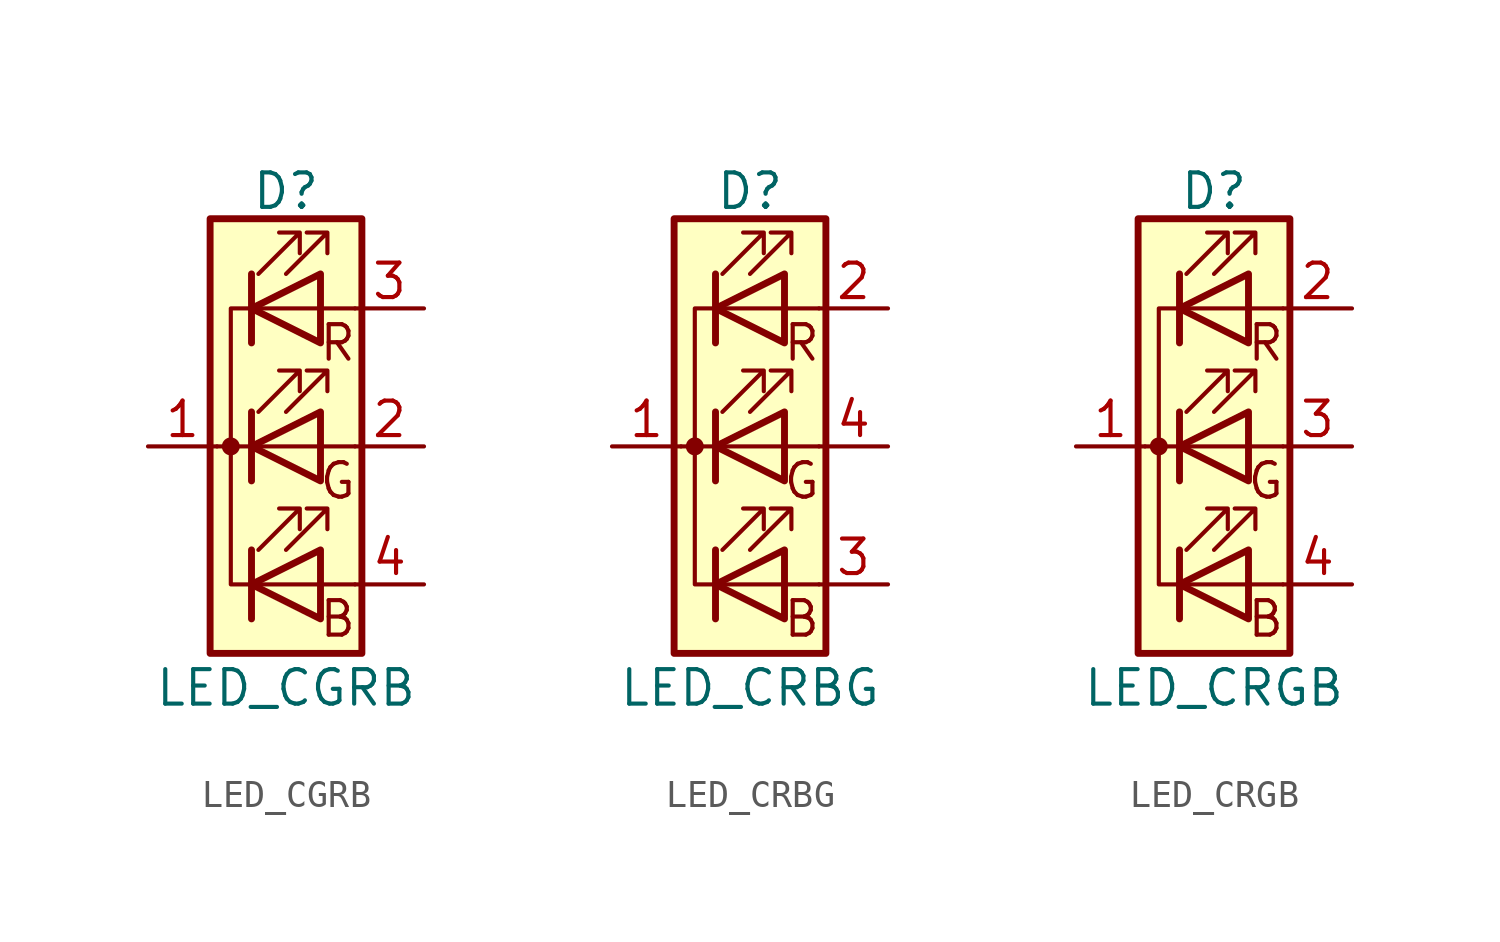
<source format=kicad_sym>
(kicad_symbol_lib
  (version 20211014)
  (generator kicad_symbol_editor)
  (symbol "LED_CGRB"
    (pin_names
      (offset 0) hide)
    (property "Reference" "D"
      (at 0 9.398 0)
      (effects (font (size 1.27 1.27))))
    (property "Value" "LED_CGRB"
      (at 0 -8.89 0)
      (effects (font (size 1.27 1.27))))
    (symbol "LED_CGRB_0_0"
      (text "B" (at 1.905 -6.35 0) (effects (font (size 1.27 1.27))))
      (text "G" (at 1.905 -1.27 0) (effects (font (size 1.27 1.27))))
      (text "R" (at 1.905 3.81 0) (effects (font (size 1.27 1.27)))))
    (symbol "LED_CGRB_0_1"
      (circle (center -2.032 0) (radius 0.254) (stroke (width 0) (type default) (color 0 0 0 0)) (fill (type outline)))
      (polyline (pts (xy -1.27 -5.08) (xy 1.27 -5.08)) (stroke (width 0) (type default) (color 0 0 0 0)) (fill (type none)))
      (polyline (pts (xy -1.27 -3.81) (xy -1.27 -6.35)) (stroke (width 0.254) (type default) (color 0 0 0 0)) (fill (type none)))
      (polyline (pts (xy -1.27 0) (xy -2.54 0)) (stroke (width 0) (type default) (color 0 0 0 0)) (fill (type none)))
      (polyline (pts (xy -1.27 1.27) (xy -1.27 -1.27)) (stroke (width 0.254) (type default) (color 0 0 0 0)) (fill (type none)))
      (polyline (pts (xy -1.27 5.08) (xy 1.27 5.08)) (stroke (width 0) (type default) (color 0 0 0 0)) (fill (type none)))
      (polyline (pts (xy -1.27 6.35) (xy -1.27 3.81)) (stroke (width 0.254) (type default) (color 0 0 0 0)) (fill (type none)))
      (polyline (pts (xy 1.27 -5.08) (xy 2.54 -5.08)) (stroke (width 0) (type default) (color 0 0 0 0)) (fill (type none)))
      (polyline (pts (xy 1.27 0) (xy -1.27 0)) (stroke (width 0) (type default) (color 0 0 0 0)) (fill (type none)))
      (polyline (pts (xy 1.27 0) (xy 2.54 0)) (stroke (width 0) (type default) (color 0 0 0 0)) (fill (type none)))
      (polyline (pts (xy 1.27 5.08) (xy 2.54 5.08)) (stroke (width 0) (type default) (color 0 0 0 0)) (fill (type none)))
      (polyline (pts (xy -1.27 1.27) (xy -1.27 -1.27) (xy -1.27 -1.27)) (stroke (width 0) (type default) (color 0 0 0 0)) (fill (type none)))
      (polyline (pts (xy -1.27 6.35) (xy -1.27 3.81) (xy -1.27 3.81)) (stroke (width 0) (type default) (color 0 0 0 0)) (fill (type none)))
      (polyline (pts (xy -1.27 5.08) (xy -2.032 5.08) (xy -2.032 -5.08) (xy -1.016 -5.08)) (stroke (width 0) (type default) (color 0 0 0 0)) (fill (type none)))
      (polyline (pts (xy 1.27 -3.81) (xy 1.27 -6.35) (xy -1.27 -5.08) (xy 1.27 -3.81)) (stroke (width 0.254) (type default) (color 0 0 0 0)) (fill (type none)))
      (polyline (pts (xy 1.27 1.27) (xy 1.27 -1.27) (xy -1.27 0) (xy 1.27 1.27)) (stroke (width 0.254) (type default) (color 0 0 0 0)) (fill (type none)))
      (polyline (pts (xy 1.27 6.35) (xy 1.27 3.81) (xy -1.27 5.08) (xy 1.27 6.35)) (stroke (width 0.254) (type default) (color 0 0 0 0)) (fill (type none)))
      (polyline (pts (xy -1.016 -3.81) (xy 0.508 -2.286) (xy -0.254 -2.286) (xy 0.508 -2.286) (xy 0.508 -3.048)) (stroke (width 0) (type default) (color 0 0 0 0)) (fill (type none)))
      (polyline (pts (xy -1.016 1.27) (xy 0.508 2.794) (xy -0.254 2.794) (xy 0.508 2.794) (xy 0.508 2.032)) (stroke (width 0) (type default) (color 0 0 0 0)) (fill (type none)))
      (polyline (pts (xy -1.016 6.35) (xy 0.508 7.874) (xy -0.254 7.874) (xy 0.508 7.874) (xy 0.508 7.112)) (stroke (width 0) (type default) (color 0 0 0 0)) (fill (type none)))
      (polyline (pts (xy 0 -3.81) (xy 1.524 -2.286) (xy 0.762 -2.286) (xy 1.524 -2.286) (xy 1.524 -3.048)) (stroke (width 0) (type default) (color 0 0 0 0)) (fill (type none)))
      (polyline (pts (xy 0 1.27) (xy 1.524 2.794) (xy 0.762 2.794) (xy 1.524 2.794) (xy 1.524 2.032)) (stroke (width 0) (type default) (color 0 0 0 0)) (fill (type none)))
      (polyline (pts (xy 0 6.35) (xy 1.524 7.874) (xy 0.762 7.874) (xy 1.524 7.874) (xy 1.524 7.112)) (stroke (width 0) (type default) (color 0 0 0 0)) (fill (type none)))
      (rectangle (start 1.27 -1.27) (end 1.27 1.27) (stroke (width 0) (type default) (color 0 0 0 0)) (fill (type none)))
      (rectangle (start 1.27 1.27) (end 1.27 1.27) (stroke (width 0) (type default) (color 0 0 0 0)) (fill (type none)))
      (rectangle (start 1.27 3.81) (end 1.27 6.35) (stroke (width 0) (type default) (color 0 0 0 0)) (fill (type none)))
      (rectangle (start 1.27 6.35) (end 1.27 6.35) (stroke (width 0) (type default) (color 0 0 0 0)) (fill (type none)))
      (rectangle (start 2.794 8.382) (end -2.794 -7.62) (stroke (width 0.254) (type default) (color 0 0 0 0)) (fill (type background))))
    (symbol "LED_CGRB_1_1"
      (pin passive line (at -5.08 0 0) (length 2.54) (name "K" (effects (font (size 1.27 1.27)))) (number "1" (effects (font (size 1.27 1.27)))))
      (pin passive line (at 5.08 0 180) (length 2.54) (name "GA" (effects (font (size 1.27 1.27)))) (number "2" (effects (font (size 1.27 1.27)))))
      (pin passive line (at 5.08 5.08 180) (length 2.54) (name "RA" (effects (font (size 1.27 1.27)))) (number "3" (effects (font (size 1.27 1.27)))))
      (pin passive line (at 5.08 -5.08 180) (length 2.54) (name "BA" (effects (font (size 1.27 1.27)))) (number "4" (effects (font (size 1.27 1.27)))))))
  (symbol "LED_CRBG"
    (pin_names
      (offset 0) hide)
    (property "Reference" "D"
      (at 0 9.398 0)
      (effects (font (size 1.27 1.27))))
    (property "Value" "LED_CRBG"
      (at 0 -8.89 0)
      (effects (font (size 1.27 1.27))))
    (symbol "LED_CRBG_0_0"
      (text "B" (at 1.905 -6.35 0) (effects (font (size 1.27 1.27))))
      (text "G" (at 1.905 -1.27 0) (effects (font (size 1.27 1.27))))
      (text "R" (at 1.905 3.81 0) (effects (font (size 1.27 1.27)))))
    (symbol "LED_CRBG_0_1"
      (circle (center -2.032 0) (radius 0.254) (stroke (width 0) (type default) (color 0 0 0 0)) (fill (type outline)))
      (polyline (pts (xy -1.27 -5.08) (xy 1.27 -5.08)) (stroke (width 0) (type default) (color 0 0 0 0)) (fill (type none)))
      (polyline (pts (xy -1.27 -3.81) (xy -1.27 -6.35)) (stroke (width 0.254) (type default) (color 0 0 0 0)) (fill (type none)))
      (polyline (pts (xy -1.27 0) (xy -2.54 0)) (stroke (width 0) (type default) (color 0 0 0 0)) (fill (type none)))
      (polyline (pts (xy -1.27 1.27) (xy -1.27 -1.27)) (stroke (width 0.254) (type default) (color 0 0 0 0)) (fill (type none)))
      (polyline (pts (xy -1.27 5.08) (xy 1.27 5.08)) (stroke (width 0) (type default) (color 0 0 0 0)) (fill (type none)))
      (polyline (pts (xy -1.27 6.35) (xy -1.27 3.81)) (stroke (width 0.254) (type default) (color 0 0 0 0)) (fill (type none)))
      (polyline (pts (xy 1.27 -5.08) (xy 2.54 -5.08)) (stroke (width 0) (type default) (color 0 0 0 0)) (fill (type none)))
      (polyline (pts (xy 1.27 0) (xy -1.27 0)) (stroke (width 0) (type default) (color 0 0 0 0)) (fill (type none)))
      (polyline (pts (xy 1.27 0) (xy 2.54 0)) (stroke (width 0) (type default) (color 0 0 0 0)) (fill (type none)))
      (polyline (pts (xy 1.27 5.08) (xy 2.54 5.08)) (stroke (width 0) (type default) (color 0 0 0 0)) (fill (type none)))
      (polyline (pts (xy -1.27 1.27) (xy -1.27 -1.27) (xy -1.27 -1.27)) (stroke (width 0) (type default) (color 0 0 0 0)) (fill (type none)))
      (polyline (pts (xy -1.27 6.35) (xy -1.27 3.81) (xy -1.27 3.81)) (stroke (width 0) (type default) (color 0 0 0 0)) (fill (type none)))
      (polyline (pts (xy -1.27 5.08) (xy -2.032 5.08) (xy -2.032 -5.08) (xy -1.016 -5.08)) (stroke (width 0) (type default) (color 0 0 0 0)) (fill (type none)))
      (polyline (pts (xy 1.27 -3.81) (xy 1.27 -6.35) (xy -1.27 -5.08) (xy 1.27 -3.81)) (stroke (width 0.254) (type default) (color 0 0 0 0)) (fill (type none)))
      (polyline (pts (xy 1.27 1.27) (xy 1.27 -1.27) (xy -1.27 0) (xy 1.27 1.27)) (stroke (width 0.254) (type default) (color 0 0 0 0)) (fill (type none)))
      (polyline (pts (xy 1.27 6.35) (xy 1.27 3.81) (xy -1.27 5.08) (xy 1.27 6.35)) (stroke (width 0.254) (type default) (color 0 0 0 0)) (fill (type none)))
      (polyline (pts (xy -1.016 -3.81) (xy 0.508 -2.286) (xy -0.254 -2.286) (xy 0.508 -2.286) (xy 0.508 -3.048)) (stroke (width 0) (type default) (color 0 0 0 0)) (fill (type none)))
      (polyline (pts (xy -1.016 1.27) (xy 0.508 2.794) (xy -0.254 2.794) (xy 0.508 2.794) (xy 0.508 2.032)) (stroke (width 0) (type default) (color 0 0 0 0)) (fill (type none)))
      (polyline (pts (xy -1.016 6.35) (xy 0.508 7.874) (xy -0.254 7.874) (xy 0.508 7.874) (xy 0.508 7.112)) (stroke (width 0) (type default) (color 0 0 0 0)) (fill (type none)))
      (polyline (pts (xy 0 -3.81) (xy 1.524 -2.286) (xy 0.762 -2.286) (xy 1.524 -2.286) (xy 1.524 -3.048)) (stroke (width 0) (type default) (color 0 0 0 0)) (fill (type none)))
      (polyline (pts (xy 0 1.27) (xy 1.524 2.794) (xy 0.762 2.794) (xy 1.524 2.794) (xy 1.524 2.032)) (stroke (width 0) (type default) (color 0 0 0 0)) (fill (type none)))
      (polyline (pts (xy 0 6.35) (xy 1.524 7.874) (xy 0.762 7.874) (xy 1.524 7.874) (xy 1.524 7.112)) (stroke (width 0) (type default) (color 0 0 0 0)) (fill (type none)))
      (rectangle (start 1.27 -1.27) (end 1.27 1.27) (stroke (width 0) (type default) (color 0 0 0 0)) (fill (type none)))
      (rectangle (start 1.27 1.27) (end 1.27 1.27) (stroke (width 0) (type default) (color 0 0 0 0)) (fill (type none)))
      (rectangle (start 1.27 3.81) (end 1.27 6.35) (stroke (width 0) (type default) (color 0 0 0 0)) (fill (type none)))
      (rectangle (start 1.27 6.35) (end 1.27 6.35) (stroke (width 0) (type default) (color 0 0 0 0)) (fill (type none)))
      (rectangle (start 2.794 8.382) (end -2.794 -7.62) (stroke (width 0.254) (type default) (color 0 0 0 0)) (fill (type background))))
    (symbol "LED_CRBG_1_1"
      (pin passive line (at -5.08 0 0) (length 2.54) (name "K" (effects (font (size 1.27 1.27)))) (number "1" (effects (font (size 1.27 1.27)))))
      (pin passive line (at 5.08 5.08 180) (length 2.54) (name "RA" (effects (font (size 1.27 1.27)))) (number "2" (effects (font (size 1.27 1.27)))))
      (pin passive line (at 5.08 -5.08 180) (length 2.54) (name "BA" (effects (font (size 1.27 1.27)))) (number "3" (effects (font (size 1.27 1.27)))))
      (pin passive line (at 5.08 0 180) (length 2.54) (name "GA" (effects (font (size 1.27 1.27)))) (number "4" (effects (font (size 1.27 1.27)))))))
  (symbol "LED_CRGB"
    (pin_names
      (offset 0) hide)
    (property "Reference" "D"
      (at 0 9.398 0)
      (effects (font (size 1.27 1.27))))
    (property "Value" "LED_CRGB"
      (at 0 -8.89 0)
      (effects (font (size 1.27 1.27))))
    (symbol "LED_CRGB_0_0"
      (text "B" (at 1.905 -6.35 0) (effects (font (size 1.27 1.27))))
      (text "G" (at 1.905 -1.27 0) (effects (font (size 1.27 1.27))))
      (text "R" (at 1.905 3.81 0) (effects (font (size 1.27 1.27)))))
    (symbol "LED_CRGB_0_1"
      (circle (center -2.032 0) (radius 0.254) (stroke (width 0) (type default) (color 0 0 0 0)) (fill (type outline)))
      (polyline (pts (xy -1.27 -5.08) (xy 1.27 -5.08)) (stroke (width 0) (type default) (color 0 0 0 0)) (fill (type none)))
      (polyline (pts (xy -1.27 -3.81) (xy -1.27 -6.35)) (stroke (width 0.254) (type default) (color 0 0 0 0)) (fill (type none)))
      (polyline (pts (xy -1.27 0) (xy -2.54 0)) (stroke (width 0) (type default) (color 0 0 0 0)) (fill (type none)))
      (polyline (pts (xy -1.27 1.27) (xy -1.27 -1.27)) (stroke (width 0.254) (type default) (color 0 0 0 0)) (fill (type none)))
      (polyline (pts (xy -1.27 5.08) (xy 1.27 5.08)) (stroke (width 0) (type default) (color 0 0 0 0)) (fill (type none)))
      (polyline (pts (xy -1.27 6.35) (xy -1.27 3.81)) (stroke (width 0.254) (type default) (color 0 0 0 0)) (fill (type none)))
      (polyline (pts (xy 1.27 -5.08) (xy 2.54 -5.08)) (stroke (width 0) (type default) (color 0 0 0 0)) (fill (type none)))
      (polyline (pts (xy 1.27 0) (xy -1.27 0)) (stroke (width 0) (type default) (color 0 0 0 0)) (fill (type none)))
      (polyline (pts (xy 1.27 0) (xy 2.54 0)) (stroke (width 0) (type default) (color 0 0 0 0)) (fill (type none)))
      (polyline (pts (xy 1.27 5.08) (xy 2.54 5.08)) (stroke (width 0) (type default) (color 0 0 0 0)) (fill (type none)))
      (polyline (pts (xy -1.27 1.27) (xy -1.27 -1.27) (xy -1.27 -1.27)) (stroke (width 0) (type default) (color 0 0 0 0)) (fill (type none)))
      (polyline (pts (xy -1.27 6.35) (xy -1.27 3.81) (xy -1.27 3.81)) (stroke (width 0) (type default) (color 0 0 0 0)) (fill (type none)))
      (polyline (pts (xy -1.27 5.08) (xy -2.032 5.08) (xy -2.032 -5.08) (xy -1.016 -5.08)) (stroke (width 0) (type default) (color 0 0 0 0)) (fill (type none)))
      (polyline (pts (xy 1.27 -3.81) (xy 1.27 -6.35) (xy -1.27 -5.08) (xy 1.27 -3.81)) (stroke (width 0.254) (type default) (color 0 0 0 0)) (fill (type none)))
      (polyline (pts (xy 1.27 1.27) (xy 1.27 -1.27) (xy -1.27 0) (xy 1.27 1.27)) (stroke (width 0.254) (type default) (color 0 0 0 0)) (fill (type none)))
      (polyline (pts (xy 1.27 6.35) (xy 1.27 3.81) (xy -1.27 5.08) (xy 1.27 6.35)) (stroke (width 0.254) (type default) (color 0 0 0 0)) (fill (type none)))
      (polyline (pts (xy -1.016 -3.81) (xy 0.508 -2.286) (xy -0.254 -2.286) (xy 0.508 -2.286) (xy 0.508 -3.048)) (stroke (width 0) (type default) (color 0 0 0 0)) (fill (type none)))
      (polyline (pts (xy -1.016 1.27) (xy 0.508 2.794) (xy -0.254 2.794) (xy 0.508 2.794) (xy 0.508 2.032)) (stroke (width 0) (type default) (color 0 0 0 0)) (fill (type none)))
      (polyline (pts (xy -1.016 6.35) (xy 0.508 7.874) (xy -0.254 7.874) (xy 0.508 7.874) (xy 0.508 7.112)) (stroke (width 0) (type default) (color 0 0 0 0)) (fill (type none)))
      (polyline (pts (xy 0 -3.81) (xy 1.524 -2.286) (xy 0.762 -2.286) (xy 1.524 -2.286) (xy 1.524 -3.048)) (stroke (width 0) (type default) (color 0 0 0 0)) (fill (type none)))
      (polyline (pts (xy 0 1.27) (xy 1.524 2.794) (xy 0.762 2.794) (xy 1.524 2.794) (xy 1.524 2.032)) (stroke (width 0) (type default) (color 0 0 0 0)) (fill (type none)))
      (polyline (pts (xy 0 6.35) (xy 1.524 7.874) (xy 0.762 7.874) (xy 1.524 7.874) (xy 1.524 7.112)) (stroke (width 0) (type default) (color 0 0 0 0)) (fill (type none)))
      (rectangle (start 1.27 -1.27) (end 1.27 1.27) (stroke (width 0) (type default) (color 0 0 0 0)) (fill (type none)))
      (rectangle (start 1.27 1.27) (end 1.27 1.27) (stroke (width 0) (type default) (color 0 0 0 0)) (fill (type none)))
      (rectangle (start 1.27 3.81) (end 1.27 6.35) (stroke (width 0) (type default) (color 0 0 0 0)) (fill (type none)))
      (rectangle (start 1.27 6.35) (end 1.27 6.35) (stroke (width 0) (type default) (color 0 0 0 0)) (fill (type none)))
      (rectangle (start 2.794 8.382) (end -2.794 -7.62) (stroke (width 0.254) (type default) (color 0 0 0 0)) (fill (type background))))
    (symbol "LED_CRGB_1_1"
      (pin passive line (at -5.08 0 0) (length 2.54) (name "K" (effects (font (size 1.27 1.27)))) (number "1" (effects (font (size 1.27 1.27)))))
      (pin passive line (at 5.08 5.08 180) (length 2.54) (name "RA" (effects (font (size 1.27 1.27)))) (number "2" (effects (font (size 1.27 1.27)))))
      (pin passive line (at 5.08 0 180) (length 2.54) (name "GA" (effects (font (size 1.27 1.27)))) (number "3" (effects (font (size 1.27 1.27)))))
      (pin passive line (at 5.08 -5.08 180) (length 2.54) (name "BA" (effects (font (size 1.27 1.27)))) (number "4" (effects (font (size 1.27 1.27))))))))
</source>
